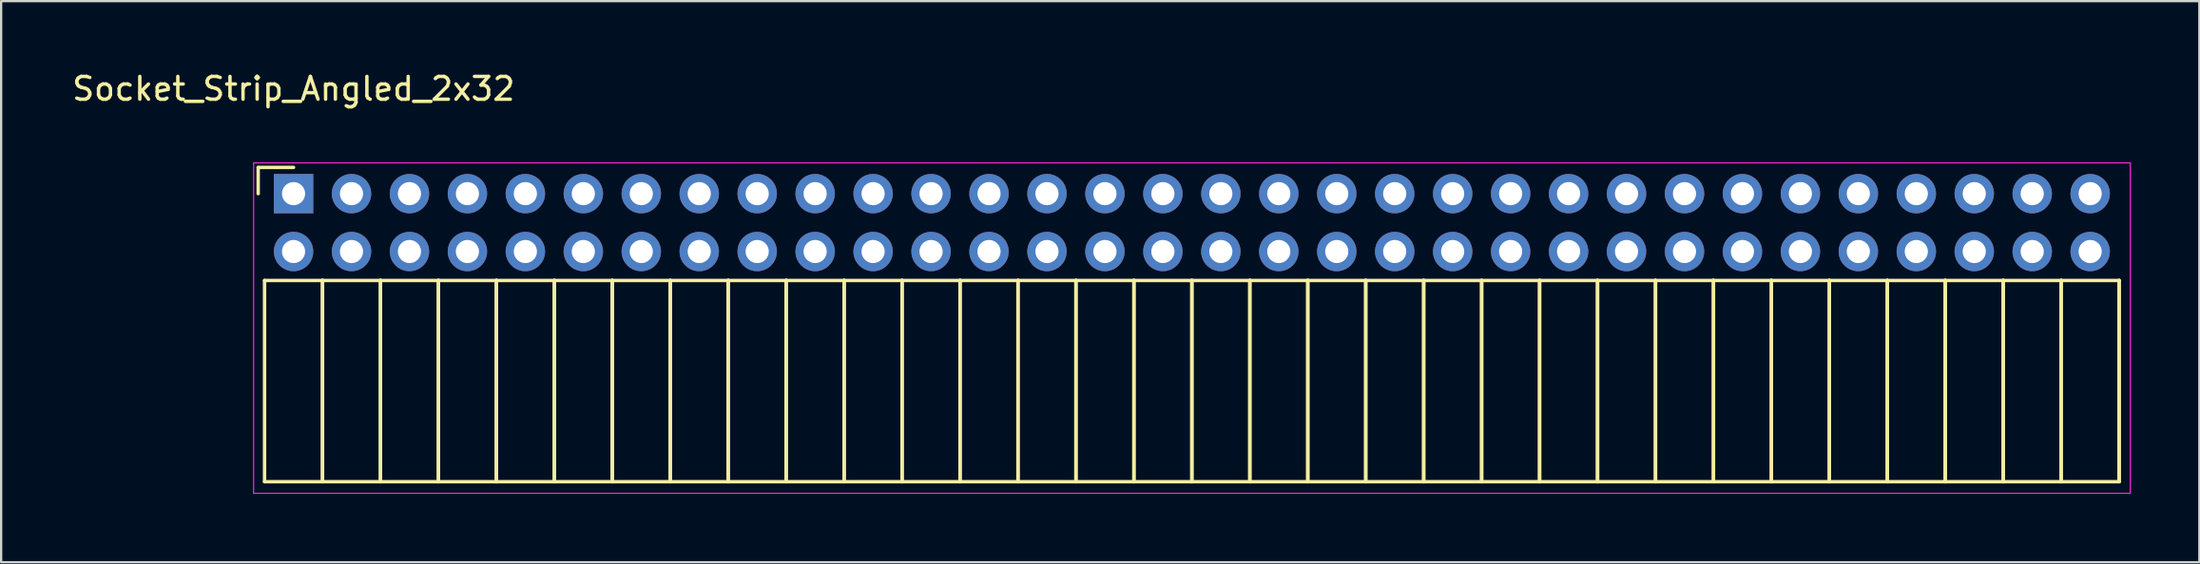
<source format=kicad_pcb>
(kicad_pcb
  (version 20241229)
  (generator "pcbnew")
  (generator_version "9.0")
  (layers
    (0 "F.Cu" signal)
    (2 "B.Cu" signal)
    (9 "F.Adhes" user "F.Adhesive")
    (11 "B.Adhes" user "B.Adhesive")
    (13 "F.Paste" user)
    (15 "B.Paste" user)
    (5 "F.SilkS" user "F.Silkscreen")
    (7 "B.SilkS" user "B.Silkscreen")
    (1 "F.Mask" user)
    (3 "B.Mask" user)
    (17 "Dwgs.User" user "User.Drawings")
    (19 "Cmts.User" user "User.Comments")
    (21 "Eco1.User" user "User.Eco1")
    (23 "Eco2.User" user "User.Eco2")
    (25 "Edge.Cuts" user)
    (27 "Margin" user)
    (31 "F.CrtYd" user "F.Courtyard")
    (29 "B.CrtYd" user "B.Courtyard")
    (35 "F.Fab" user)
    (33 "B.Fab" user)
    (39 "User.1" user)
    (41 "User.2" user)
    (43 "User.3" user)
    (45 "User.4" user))
  (footprint "Socket_Strip_Angled_2x32"
    (layer "F.Cu")
    (at 9.815 5.448)
    (property "Reference" "Socket_Strip_Angled_2x32" (at 0 -4.6 0) (layer "F.SilkS") (effects (font (size 1 1) (thickness 0.15))))
    (attr through_hole)
    (fp_line (start -1.55 -1.15) (end -1.55 0) (stroke (width 0.15) (type solid)) (layer "F.SilkS"))
    (fp_line (start -1.27 3.81) (end -1.27 12.64) (stroke (width 0.15) (type solid)) (layer "F.SilkS"))
    (fp_line (start -1.27 3.81) (end 1.27 3.81) (stroke (width 0.15) (type solid)) (layer "F.SilkS"))
    (fp_line (start -1.27 12.64) (end 1.27 12.64) (stroke (width 0.15) (type solid)) (layer "F.SilkS"))
    (fp_line (start 0 -1.15) (end -1.55 -1.15) (stroke (width 0.15) (type solid)) (layer "F.SilkS"))
    (fp_line (start 1.27 3.81) (end 1.27 12.64) (stroke (width 0.15) (type solid)) (layer "F.SilkS"))
    (fp_line (start 1.27 3.81) (end 3.81 3.81) (stroke (width 0.15) (type solid)) (layer "F.SilkS"))
    (fp_line (start 1.27 12.64) (end 1.27 3.81) (stroke (width 0.15) (type solid)) (layer "F.SilkS"))
    (fp_line (start 1.27 12.64) (end 3.81 12.64) (stroke (width 0.15) (type solid)) (layer "F.SilkS"))
    (fp_line (start 3.81 3.81) (end 3.81 12.64) (stroke (width 0.15) (type solid)) (layer "F.SilkS"))
    (fp_line (start 3.81 3.81) (end 6.35 3.81) (stroke (width 0.15) (type solid)) (layer "F.SilkS"))
    (fp_line (start 3.81 12.64) (end 3.81 3.81) (stroke (width 0.15) (type solid)) (layer "F.SilkS"))
    (fp_line (start 3.81 12.64) (end 6.35 12.64) (stroke (width 0.15) (type solid)) (layer "F.SilkS"))
    (fp_line (start 6.35 3.81) (end 6.35 12.64) (stroke (width 0.15) (type solid)) (layer "F.SilkS"))
    (fp_line (start 6.35 3.81) (end 8.89 3.81) (stroke (width 0.15) (type solid)) (layer "F.SilkS"))
    (fp_line (start 6.35 12.64) (end 6.35 3.81) (stroke (width 0.15) (type solid)) (layer "F.SilkS"))
    (fp_line (start 6.35 12.64) (end 8.89 12.64) (stroke (width 0.15) (type solid)) (layer "F.SilkS"))
    (fp_line (start 8.89 3.81) (end 8.89 12.64) (stroke (width 0.15) (type solid)) (layer "F.SilkS"))
    (fp_line (start 8.89 3.81) (end 11.43 3.81) (stroke (width 0.15) (type solid)) (layer "F.SilkS"))
    (fp_line (start 8.89 12.64) (end 8.89 3.81) (stroke (width 0.15) (type solid)) (layer "F.SilkS"))
    (fp_line (start 8.89 12.64) (end 11.43 12.64) (stroke (width 0.15) (type solid)) (layer "F.SilkS"))
    (fp_line (start 11.43 3.81) (end 11.43 12.64) (stroke (width 0.15) (type solid)) (layer "F.SilkS"))
    (fp_line (start 11.43 3.81) (end 13.97 3.81) (stroke (width 0.15) (type solid)) (layer "F.SilkS"))
    (fp_line (start 11.43 12.64) (end 11.43 3.81) (stroke (width 0.15) (type solid)) (layer "F.SilkS"))
    (fp_line (start 11.43 12.64) (end 13.97 12.64) (stroke (width 0.15) (type solid)) (layer "F.SilkS"))
    (fp_line (start 13.97 3.81) (end 13.97 12.64) (stroke (width 0.15) (type solid)) (layer "F.SilkS"))
    (fp_line (start 13.97 3.81) (end 16.51 3.81) (stroke (width 0.15) (type solid)) (layer "F.SilkS"))
    (fp_line (start 13.97 12.64) (end 13.97 3.81) (stroke (width 0.15) (type solid)) (layer "F.SilkS"))
    (fp_line (start 13.97 12.64) (end 16.51 12.64) (stroke (width 0.15) (type solid)) (layer "F.SilkS"))
    (fp_line (start 16.51 3.81) (end 16.51 12.64) (stroke (width 0.15) (type solid)) (layer "F.SilkS"))
    (fp_line (start 16.51 3.81) (end 19.05 3.81) (stroke (width 0.15) (type solid)) (layer "F.SilkS"))
    (fp_line (start 16.51 12.64) (end 16.51 3.81) (stroke (width 0.15) (type solid)) (layer "F.SilkS"))
    (fp_line (start 16.51 12.64) (end 19.05 12.64) (stroke (width 0.15) (type solid)) (layer "F.SilkS"))
    (fp_line (start 19.05 3.81) (end 19.05 12.64) (stroke (width 0.15) (type solid)) (layer "F.SilkS"))
    (fp_line (start 19.05 3.81) (end 21.59 3.81) (stroke (width 0.15) (type solid)) (layer "F.SilkS"))
    (fp_line (start 19.05 12.64) (end 19.05 3.81) (stroke (width 0.15) (type solid)) (layer "F.SilkS"))
    (fp_line (start 19.05 12.64) (end 21.59 12.64) (stroke (width 0.15) (type solid)) (layer "F.SilkS"))
    (fp_line (start 21.59 3.81) (end 21.59 12.64) (stroke (width 0.15) (type solid)) (layer "F.SilkS"))
    (fp_line (start 21.59 3.81) (end 24.13 3.81) (stroke (width 0.15) (type solid)) (layer "F.SilkS"))
    (fp_line (start 21.59 12.64) (end 21.59 3.81) (stroke (width 0.15) (type solid)) (layer "F.SilkS"))
    (fp_line (start 21.59 12.64) (end 24.13 12.64) (stroke (width 0.15) (type solid)) (layer "F.SilkS"))
    (fp_line (start 24.13 3.81) (end 24.13 12.64) (stroke (width 0.15) (type solid)) (layer "F.SilkS"))
    (fp_line (start 24.13 3.81) (end 26.67 3.81) (stroke (width 0.15) (type solid)) (layer "F.SilkS"))
    (fp_line (start 24.13 12.64) (end 24.13 3.81) (stroke (width 0.15) (type solid)) (layer "F.SilkS"))
    (fp_line (start 24.13 12.64) (end 26.67 12.64) (stroke (width 0.15) (type solid)) (layer "F.SilkS"))
    (fp_line (start 26.67 3.81) (end 26.67 12.64) (stroke (width 0.15) (type solid)) (layer "F.SilkS"))
    (fp_line (start 26.67 3.81) (end 29.21 3.81) (stroke (width 0.15) (type solid)) (layer "F.SilkS"))
    (fp_line (start 26.67 12.64) (end 26.67 3.81) (stroke (width 0.15) (type solid)) (layer "F.SilkS"))
    (fp_line (start 26.67 12.64) (end 29.21 12.64) (stroke (width 0.15) (type solid)) (layer "F.SilkS"))
    (fp_line (start 29.21 3.81) (end 29.21 12.64) (stroke (width 0.15) (type solid)) (layer "F.SilkS"))
    (fp_line (start 29.21 3.81) (end 31.75 3.81) (stroke (width 0.15) (type solid)) (layer "F.SilkS"))
    (fp_line (start 29.21 12.64) (end 29.21 3.81) (stroke (width 0.15) (type solid)) (layer "F.SilkS"))
    (fp_line (start 29.21 12.64) (end 31.75 12.64) (stroke (width 0.15) (type solid)) (layer "F.SilkS"))
    (fp_line (start 31.75 3.81) (end 31.75 12.64) (stroke (width 0.15) (type solid)) (layer "F.SilkS"))
    (fp_line (start 31.75 3.81) (end 34.29 3.81) (stroke (width 0.15) (type solid)) (layer "F.SilkS"))
    (fp_line (start 31.75 12.64) (end 31.75 3.81) (stroke (width 0.15) (type solid)) (layer "F.SilkS"))
    (fp_line (start 31.75 12.64) (end 34.29 12.64) (stroke (width 0.15) (type solid)) (layer "F.SilkS"))
    (fp_line (start 34.29 3.81) (end 34.29 12.64) (stroke (width 0.15) (type solid)) (layer "F.SilkS"))
    (fp_line (start 34.29 3.81) (end 36.83 3.81) (stroke (width 0.15) (type solid)) (layer "F.SilkS"))
    (fp_line (start 34.29 12.64) (end 34.29 3.81) (stroke (width 0.15) (type solid)) (layer "F.SilkS"))
    (fp_line (start 34.29 12.64) (end 36.83 12.64) (stroke (width 0.15) (type solid)) (layer "F.SilkS"))
    (fp_line (start 36.83 3.81) (end 36.83 12.64) (stroke (width 0.15) (type solid)) (layer "F.SilkS"))
    (fp_line (start 36.83 3.81) (end 39.37 3.81) (stroke (width 0.15) (type solid)) (layer "F.SilkS"))
    (fp_line (start 36.83 12.64) (end 36.83 3.81) (stroke (width 0.15) (type solid)) (layer "F.SilkS"))
    (fp_line (start 36.83 12.64) (end 39.37 12.64) (stroke (width 0.15) (type solid)) (layer "F.SilkS"))
    (fp_line (start 39.37 3.81) (end 39.37 12.64) (stroke (width 0.15) (type solid)) (layer "F.SilkS"))
    (fp_line (start 39.37 3.81) (end 41.91 3.81) (stroke (width 0.15) (type solid)) (layer "F.SilkS"))
    (fp_line (start 39.37 12.64) (end 39.37 3.81) (stroke (width 0.15) (type solid)) (layer "F.SilkS"))
    (fp_line (start 39.37 12.64) (end 41.91 12.64) (stroke (width 0.15) (type solid)) (layer "F.SilkS"))
    (fp_line (start 41.91 3.81) (end 41.91 12.64) (stroke (width 0.15) (type solid)) (layer "F.SilkS"))
    (fp_line (start 41.91 3.81) (end 44.45 3.81) (stroke (width 0.15) (type solid)) (layer "F.SilkS"))
    (fp_line (start 41.91 12.64) (end 41.91 3.81) (stroke (width 0.15) (type solid)) (layer "F.SilkS"))
    (fp_line (start 41.91 12.64) (end 44.45 12.64) (stroke (width 0.15) (type solid)) (layer "F.SilkS"))
    (fp_line (start 44.45 3.81) (end 44.45 12.64) (stroke (width 0.15) (type solid)) (layer "F.SilkS"))
    (fp_line (start 44.45 3.81) (end 46.99 3.81) (stroke (width 0.15) (type solid)) (layer "F.SilkS"))
    (fp_line (start 44.45 12.64) (end 44.45 3.81) (stroke (width 0.15) (type solid)) (layer "F.SilkS"))
    (fp_line (start 44.45 12.64) (end 46.99 12.64) (stroke (width 0.15) (type solid)) (layer "F.SilkS"))
    (fp_line (start 46.99 3.81) (end 46.99 12.64) (stroke (width 0.15) (type solid)) (layer "F.SilkS"))
    (fp_line (start 46.99 3.81) (end 49.53 3.81) (stroke (width 0.15) (type solid)) (layer "F.SilkS"))
    (fp_line (start 46.99 12.64) (end 46.99 3.81) (stroke (width 0.15) (type solid)) (layer "F.SilkS"))
    (fp_line (start 46.99 12.64) (end 49.53 12.64) (stroke (width 0.15) (type solid)) (layer "F.SilkS"))
    (fp_line (start 49.53 3.81) (end 49.53 12.64) (stroke (width 0.15) (type solid)) (layer "F.SilkS"))
    (fp_line (start 49.53 3.81) (end 52.07 3.81) (stroke (width 0.15) (type solid)) (layer "F.SilkS"))
    (fp_line (start 49.53 12.64) (end 49.53 3.81) (stroke (width 0.15) (type solid)) (layer "F.SilkS"))
    (fp_line (start 49.53 12.64) (end 52.07 12.64) (stroke (width 0.15) (type solid)) (layer "F.SilkS"))
    (fp_line (start 52.07 3.81) (end 52.07 12.64) (stroke (width 0.15) (type solid)) (layer "F.SilkS"))
    (fp_line (start 52.07 3.81) (end 54.61 3.81) (stroke (width 0.15) (type solid)) (layer "F.SilkS"))
    (fp_line (start 52.07 12.64) (end 52.07 3.81) (stroke (width 0.15) (type solid)) (layer "F.SilkS"))
    (fp_line (start 52.07 12.64) (end 54.61 12.64) (stroke (width 0.15) (type solid)) (layer "F.SilkS"))
    (fp_line (start 54.61 3.81) (end 54.61 12.64) (stroke (width 0.15) (type solid)) (layer "F.SilkS"))
    (fp_line (start 54.61 3.81) (end 57.15 3.81) (stroke (width 0.15) (type solid)) (layer "F.SilkS"))
    (fp_line (start 54.61 12.64) (end 54.61 3.81) (stroke (width 0.15) (type solid)) (layer "F.SilkS"))
    (fp_line (start 54.61 12.64) (end 57.15 12.64) (stroke (width 0.15) (type solid)) (layer "F.SilkS"))
    (fp_line (start 57.15 3.81) (end 57.15 12.64) (stroke (width 0.15) (type solid)) (layer "F.SilkS"))
    (fp_line (start 57.15 3.81) (end 59.69 3.81) (stroke (width 0.15) (type solid)) (layer "F.SilkS"))
    (fp_line (start 57.15 12.64) (end 57.15 3.81) (stroke (width 0.15) (type solid)) (layer "F.SilkS"))
    (fp_line (start 57.15 12.64) (end 59.69 12.64) (stroke (width 0.15) (type solid)) (layer "F.SilkS"))
    (fp_line (start 59.69 3.81) (end 59.69 12.64) (stroke (width 0.15) (type solid)) (layer "F.SilkS"))
    (fp_line (start 59.69 3.81) (end 62.23 3.81) (stroke (width 0.15) (type solid)) (layer "F.SilkS"))
    (fp_line (start 59.69 12.64) (end 59.69 3.81) (stroke (width 0.15) (type solid)) (layer "F.SilkS"))
    (fp_line (start 59.69 12.64) (end 62.23 12.64) (stroke (width 0.15) (type solid)) (layer "F.SilkS"))
    (fp_line (start 62.23 3.81) (end 62.23 12.64) (stroke (width 0.15) (type solid)) (layer "F.SilkS"))
    (fp_line (start 62.23 3.81) (end 64.77 3.81) (stroke (width 0.15) (type solid)) (layer "F.SilkS"))
    (fp_line (start 62.23 12.64) (end 62.23 3.81) (stroke (width 0.15) (type solid)) (layer "F.SilkS"))
    (fp_line (start 62.23 12.64) (end 64.77 12.64) (stroke (width 0.15) (type solid)) (layer "F.SilkS"))
    (fp_line (start 64.77 3.81) (end 64.77 12.64) (stroke (width 0.15) (type solid)) (layer "F.SilkS"))
    (fp_line (start 64.77 3.81) (end 67.31 3.81) (stroke (width 0.15) (type solid)) (layer "F.SilkS"))
    (fp_line (start 64.77 12.64) (end 64.77 3.81) (stroke (width 0.15) (type solid)) (layer "F.SilkS"))
    (fp_line (start 64.77 12.64) (end 67.31 12.64) (stroke (width 0.15) (type solid)) (layer "F.SilkS"))
    (fp_line (start 67.31 3.81) (end 67.31 12.64) (stroke (width 0.15) (type solid)) (layer "F.SilkS"))
    (fp_line (start 67.31 3.81) (end 69.85 3.81) (stroke (width 0.15) (type solid)) (layer "F.SilkS"))
    (fp_line (start 67.31 12.64) (end 67.31 3.81) (stroke (width 0.15) (type solid)) (layer "F.SilkS"))
    (fp_line (start 67.31 12.64) (end 69.85 12.64) (stroke (width 0.15) (type solid)) (layer "F.SilkS"))
    (fp_line (start 69.85 3.81) (end 69.85 12.64) (stroke (width 0.15) (type solid)) (layer "F.SilkS"))
    (fp_line (start 69.85 3.81) (end 72.39 3.81) (stroke (width 0.15) (type solid)) (layer "F.SilkS"))
    (fp_line (start 69.85 12.64) (end 69.85 3.81) (stroke (width 0.15) (type solid)) (layer "F.SilkS"))
    (fp_line (start 69.85 12.64) (end 72.39 12.64) (stroke (width 0.15) (type solid)) (layer "F.SilkS"))
    (fp_line (start 72.39 3.81) (end 72.39 12.64) (stroke (width 0.15) (type solid)) (layer "F.SilkS"))
    (fp_line (start 72.39 3.81) (end 74.93 3.81) (stroke (width 0.15) (type solid)) (layer "F.SilkS"))
    (fp_line (start 72.39 12.64) (end 72.39 3.81) (stroke (width 0.15) (type solid)) (layer "F.SilkS"))
    (fp_line (start 72.39 12.64) (end 74.93 12.64) (stroke (width 0.15) (type solid)) (layer "F.SilkS"))
    (fp_line (start 74.93 3.81) (end 74.93 12.64) (stroke (width 0.15) (type solid)) (layer "F.SilkS"))
    (fp_line (start 74.93 3.81) (end 77.47 3.81) (stroke (width 0.15) (type solid)) (layer "F.SilkS"))
    (fp_line (start 74.93 12.64) (end 74.93 3.81) (stroke (width 0.15) (type solid)) (layer "F.SilkS"))
    (fp_line (start 74.93 12.64) (end 77.47 12.64) (stroke (width 0.15) (type solid)) (layer "F.SilkS"))
    (fp_line (start 77.47 3.81) (end 77.47 12.64) (stroke (width 0.15) (type solid)) (layer "F.SilkS"))
    (fp_line (start 77.47 3.81) (end 80.01 3.81) (stroke (width 0.15) (type solid)) (layer "F.SilkS"))
    (fp_line (start 77.47 12.64) (end 77.47 3.81) (stroke (width 0.15) (type solid)) (layer "F.SilkS"))
    (fp_line (start 77.47 12.64) (end 80.01 12.64) (stroke (width 0.15) (type solid)) (layer "F.SilkS"))
    (fp_line (start 80.01 3.81) (end 80.01 12.64) (stroke (width 0.15) (type solid)) (layer "F.SilkS"))
    (fp_line (start 80.01 12.64) (end 80.01 3.81) (stroke (width 0.15) (type solid)) (layer "F.SilkS"))
    (fp_line (start -1.75 -1.35) (end -1.75 13.15) (stroke (width 0.05) (type solid)) (layer "F.CrtYd"))
    (fp_line (start -1.75 -1.35) (end 80.5 -1.35) (stroke (width 0.05) (type solid)) (layer "F.CrtYd"))
    (fp_line (start -1.75 13.15) (end 80.5 13.15) (stroke (width 0.05) (type solid)) (layer "F.CrtYd"))
    (fp_line (start 80.5 -1.35) (end 80.5 13.15) (stroke (width 0.05) (type solid)) (layer "F.CrtYd"))
    (pad "1" thru_hole rect (at 0 0) (size 1.727 1.727) (drill 1.016) (layers "*.Cu" "*.Mask"))
    (pad "2" thru_hole oval (at 0 2.54) (size 1.727 1.727) (drill 1.016) (layers "*.Cu" "*.Mask"))
    (pad "3" thru_hole oval (at 2.54 0) (size 1.727 1.727) (drill 1.016) (layers "*.Cu" "*.Mask"))
    (pad "4" thru_hole oval (at 2.54 2.54) (size 1.727 1.727) (drill 1.016) (layers "*.Cu" "*.Mask"))
    (pad "5" thru_hole oval (at 5.08 0) (size 1.727 1.727) (drill 1.016) (layers "*.Cu" "*.Mask"))
    (pad "6" thru_hole oval (at 5.08 2.54) (size 1.727 1.727) (drill 1.016) (layers "*.Cu" "*.Mask"))
    (pad "7" thru_hole oval (at 7.62 0) (size 1.727 1.727) (drill 1.016) (layers "*.Cu" "*.Mask"))
    (pad "8" thru_hole oval (at 7.62 2.54) (size 1.727 1.727) (drill 1.016) (layers "*.Cu" "*.Mask"))
    (pad "9" thru_hole oval (at 10.16 0) (size 1.727 1.727) (drill 1.016) (layers "*.Cu" "*.Mask"))
    (pad "10" thru_hole oval (at 10.16 2.54) (size 1.727 1.727) (drill 1.016) (layers "*.Cu" "*.Mask"))
    (pad "11" thru_hole oval (at 12.7 0) (size 1.727 1.727) (drill 1.016) (layers "*.Cu" "*.Mask"))
    (pad "12" thru_hole oval (at 12.7 2.54) (size 1.727 1.727) (drill 1.016) (layers "*.Cu" "*.Mask"))
    (pad "13" thru_hole oval (at 15.24 0) (size 1.727 1.727) (drill 1.016) (layers "*.Cu" "*.Mask"))
    (pad "14" thru_hole oval (at 15.24 2.54) (size 1.727 1.727) (drill 1.016) (layers "*.Cu" "*.Mask"))
    (pad "15" thru_hole oval (at 17.78 0) (size 1.727 1.727) (drill 1.016) (layers "*.Cu" "*.Mask"))
    (pad "16" thru_hole oval (at 17.78 2.54) (size 1.727 1.727) (drill 1.016) (layers "*.Cu" "*.Mask"))
    (pad "17" thru_hole oval (at 20.32 0) (size 1.727 1.727) (drill 1.016) (layers "*.Cu" "*.Mask"))
    (pad "18" thru_hole oval (at 20.32 2.54) (size 1.727 1.727) (drill 1.016) (layers "*.Cu" "*.Mask"))
    (pad "19" thru_hole oval (at 22.86 0) (size 1.727 1.727) (drill 1.016) (layers "*.Cu" "*.Mask"))
    (pad "20" thru_hole oval (at 22.86 2.54) (size 1.727 1.727) (drill 1.016) (layers "*.Cu" "*.Mask"))
    (pad "21" thru_hole oval (at 25.4 0) (size 1.727 1.727) (drill 1.016) (layers "*.Cu" "*.Mask"))
    (pad "22" thru_hole oval (at 25.4 2.54) (size 1.727 1.727) (drill 1.016) (layers "*.Cu" "*.Mask"))
    (pad "23" thru_hole oval (at 27.94 0) (size 1.727 1.727) (drill 1.016) (layers "*.Cu" "*.Mask"))
    (pad "24" thru_hole oval (at 27.94 2.54) (size 1.727 1.727) (drill 1.016) (layers "*.Cu" "*.Mask"))
    (pad "25" thru_hole oval (at 30.48 0) (size 1.727 1.727) (drill 1.016) (layers "*.Cu" "*.Mask"))
    (pad "26" thru_hole oval (at 30.48 2.54) (size 1.727 1.727) (drill 1.016) (layers "*.Cu" "*.Mask"))
    (pad "27" thru_hole oval (at 33.02 0) (size 1.727 1.727) (drill 1.016) (layers "*.Cu" "*.Mask"))
    (pad "28" thru_hole oval (at 33.02 2.54) (size 1.727 1.727) (drill 1.016) (layers "*.Cu" "*.Mask"))
    (pad "29" thru_hole oval (at 35.56 0) (size 1.727 1.727) (drill 1.016) (layers "*.Cu" "*.Mask"))
    (pad "30" thru_hole oval (at 35.56 2.54) (size 1.727 1.727) (drill 1.016) (layers "*.Cu" "*.Mask"))
    (pad "31" thru_hole oval (at 38.1 0) (size 1.727 1.727) (drill 1.016) (layers "*.Cu" "*.Mask"))
    (pad "32" thru_hole oval (at 38.1 2.54) (size 1.727 1.727) (drill 1.016) (layers "*.Cu" "*.Mask"))
    (pad "33" thru_hole oval (at 40.64 0) (size 1.727 1.727) (drill 1.016) (layers "*.Cu" "*.Mask"))
    (pad "34" thru_hole oval (at 40.64 2.54) (size 1.727 1.727) (drill 1.016) (layers "*.Cu" "*.Mask"))
    (pad "35" thru_hole oval (at 43.18 0) (size 1.727 1.727) (drill 1.016) (layers "*.Cu" "*.Mask"))
    (pad "36" thru_hole oval (at 43.18 2.54) (size 1.727 1.727) (drill 1.016) (layers "*.Cu" "*.Mask"))
    (pad "37" thru_hole oval (at 45.72 0) (size 1.727 1.727) (drill 1.016) (layers "*.Cu" "*.Mask"))
    (pad "38" thru_hole oval (at 45.72 2.54) (size 1.727 1.727) (drill 1.016) (layers "*.Cu" "*.Mask"))
    (pad "39" thru_hole oval (at 48.26 0) (size 1.727 1.727) (drill 1.016) (layers "*.Cu" "*.Mask"))
    (pad "40" thru_hole oval (at 48.26 2.54) (size 1.727 1.727) (drill 1.016) (layers "*.Cu" "*.Mask"))
    (pad "41" thru_hole oval (at 50.8 0) (size 1.727 1.727) (drill 1.016) (layers "*.Cu" "*.Mask"))
    (pad "42" thru_hole oval (at 50.8 2.54) (size 1.727 1.727) (drill 1.016) (layers "*.Cu" "*.Mask"))
    (pad "43" thru_hole oval (at 53.34 0) (size 1.727 1.727) (drill 1.016) (layers "*.Cu" "*.Mask"))
    (pad "44" thru_hole oval (at 53.34 2.54) (size 1.727 1.727) (drill 1.016) (layers "*.Cu" "*.Mask"))
    (pad "45" thru_hole oval (at 55.88 0) (size 1.727 1.727) (drill 1.016) (layers "*.Cu" "*.Mask"))
    (pad "46" thru_hole oval (at 55.88 2.54) (size 1.727 1.727) (drill 1.016) (layers "*.Cu" "*.Mask"))
    (pad "47" thru_hole oval (at 58.42 0) (size 1.727 1.727) (drill 1.016) (layers "*.Cu" "*.Mask"))
    (pad "48" thru_hole oval (at 58.42 2.54) (size 1.727 1.727) (drill 1.016) (layers "*.Cu" "*.Mask"))
    (pad "49" thru_hole oval (at 60.96 0) (size 1.727 1.727) (drill 1.016) (layers "*.Cu" "*.Mask"))
    (pad "50" thru_hole oval (at 60.96 2.54) (size 1.727 1.727) (drill 1.016) (layers "*.Cu" "*.Mask"))
    (pad "51" thru_hole oval (at 63.5 0) (size 1.727 1.727) (drill 1.016) (layers "*.Cu" "*.Mask"))
    (pad "52" thru_hole oval (at 63.5 2.54) (size 1.727 1.727) (drill 1.016) (layers "*.Cu" "*.Mask"))
    (pad "53" thru_hole oval (at 66.04 0) (size 1.727 1.727) (drill 1.016) (layers "*.Cu" "*.Mask"))
    (pad "54" thru_hole oval (at 66.04 2.54) (size 1.727 1.727) (drill 1.016) (layers "*.Cu" "*.Mask"))
    (pad "55" thru_hole oval (at 68.58 0) (size 1.727 1.727) (drill 1.016) (layers "*.Cu" "*.Mask"))
    (pad "56" thru_hole oval (at 68.58 2.54) (size 1.727 1.727) (drill 1.016) (layers "*.Cu" "*.Mask"))
    (pad "57" thru_hole oval (at 71.12 0) (size 1.727 1.727) (drill 1.016) (layers "*.Cu" "*.Mask"))
    (pad "58" thru_hole oval (at 71.12 2.54) (size 1.727 1.727) (drill 1.016) (layers "*.Cu" "*.Mask"))
    (pad "59" thru_hole oval (at 73.66 0) (size 1.727 1.727) (drill 1.016) (layers "*.Cu" "*.Mask"))
    (pad "60" thru_hole oval (at 73.66 2.54) (size 1.727 1.727) (drill 1.016) (layers "*.Cu" "*.Mask"))
    (pad "61" thru_hole oval (at 76.2 0) (size 1.727 1.727) (drill 1.016) (layers "*.Cu" "*.Mask"))
    (pad "62" thru_hole oval (at 76.2 2.54) (size 1.727 1.727) (drill 1.016) (layers "*.Cu" "*.Mask"))
    (pad "63" thru_hole oval (at 78.74 0) (size 1.727 1.727) (drill 1.016) (layers "*.Cu" "*.Mask"))
    (pad "64" thru_hole oval (at 78.74 2.54) (size 1.727 1.727) (drill 1.016) (layers "*.Cu" "*.Mask")))
  (gr_rect
    (start -3 -3)
    (end 93.34 21.623)
    (stroke (width 0.1) (type default))
    (fill no)
    (layer "Edge.Cuts")))
</source>
